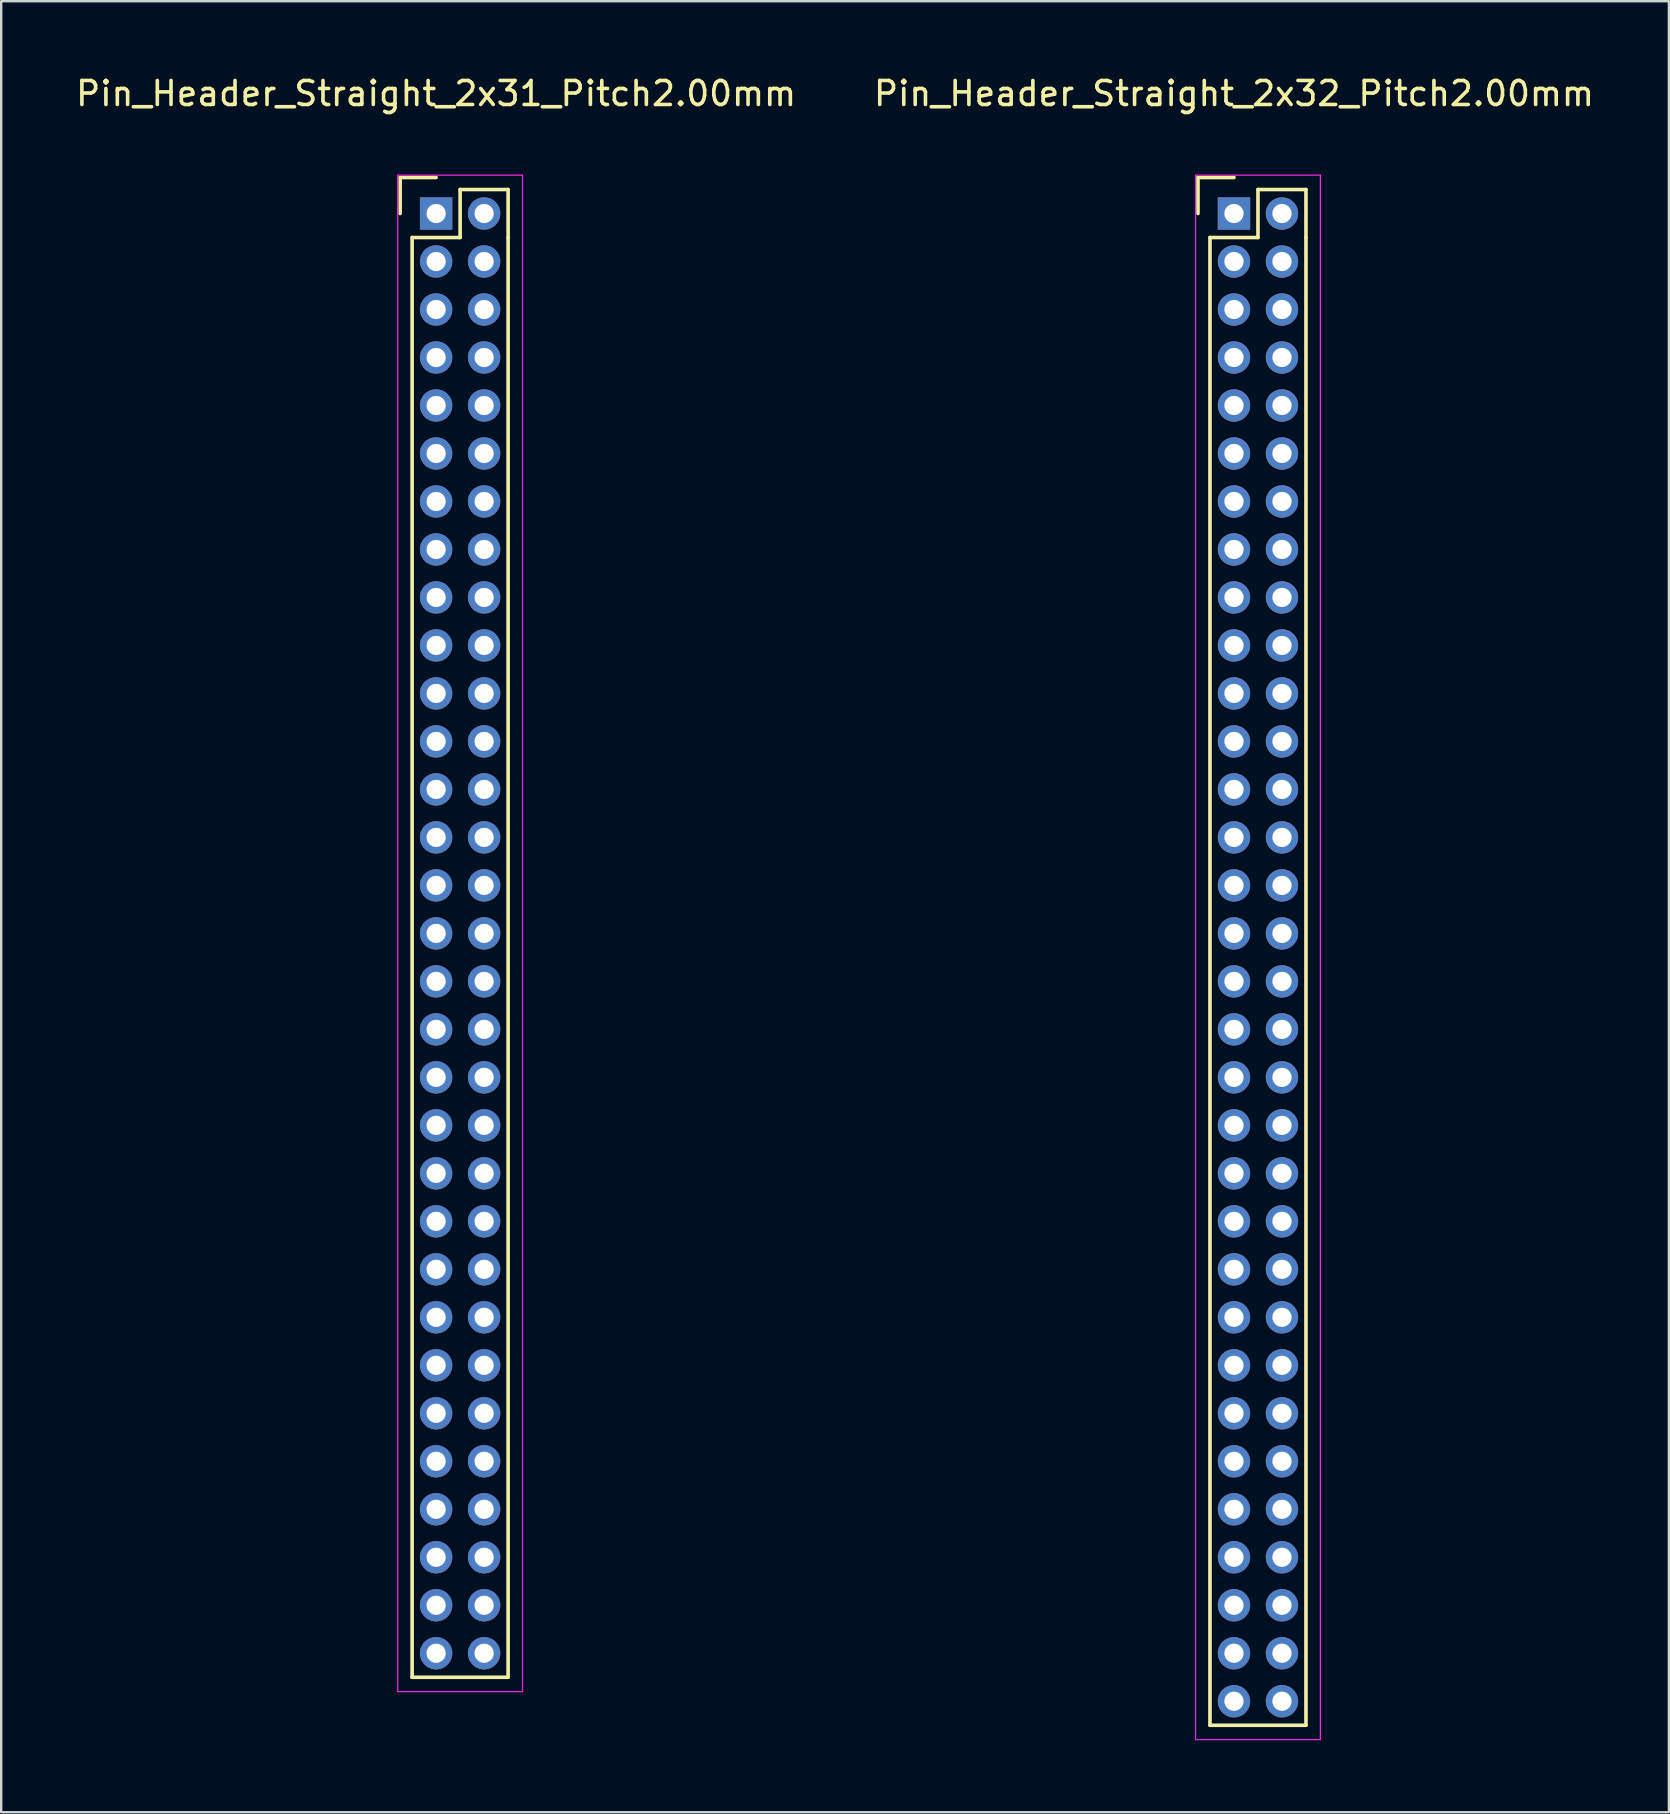
<source format=kicad_pcb>
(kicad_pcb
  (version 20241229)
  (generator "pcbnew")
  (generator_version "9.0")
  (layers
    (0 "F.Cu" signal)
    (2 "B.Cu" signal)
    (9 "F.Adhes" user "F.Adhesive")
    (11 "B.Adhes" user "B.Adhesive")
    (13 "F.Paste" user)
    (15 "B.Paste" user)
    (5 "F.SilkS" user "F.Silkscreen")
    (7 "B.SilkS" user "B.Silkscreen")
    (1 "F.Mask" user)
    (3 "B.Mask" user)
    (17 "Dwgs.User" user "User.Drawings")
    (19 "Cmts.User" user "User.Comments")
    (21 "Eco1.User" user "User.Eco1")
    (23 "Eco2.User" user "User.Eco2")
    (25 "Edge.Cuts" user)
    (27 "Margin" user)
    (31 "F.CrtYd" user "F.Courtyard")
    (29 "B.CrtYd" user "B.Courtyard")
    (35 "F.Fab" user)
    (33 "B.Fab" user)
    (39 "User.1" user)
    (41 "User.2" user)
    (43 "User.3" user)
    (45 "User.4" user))
  (footprint "Pin_Header_Straight_2x31_Pitch2.00mm"
    (layer "F.Cu")
    (at 15.125 5.848)
    (property "Reference" "Pin_Header_Straight_2x31_Pitch2.00mm" (at 0 -5 0) (layer "F.SilkS") (effects (font (size 1 1) (thickness 0.15))))
    (attr through_hole)
    (fp_line (start -1.5 -1.5) (end 0 -1.5) (stroke (width 0.15) (type solid)) (layer "F.SilkS"))
    (fp_line (start -1.5 0) (end -1.5 -1.5) (stroke (width 0.15) (type solid)) (layer "F.SilkS"))
    (fp_line (start -1 1) (end 1 1) (stroke (width 0.15) (type solid)) (layer "F.SilkS"))
    (fp_line (start -1 61) (end -1 1) (stroke (width 0.15) (type solid)) (layer "F.SilkS"))
    (fp_line (start 1 -1) (end 3 -1) (stroke (width 0.15) (type solid)) (layer "F.SilkS"))
    (fp_line (start 1 1) (end 1 -1) (stroke (width 0.15) (type solid)) (layer "F.SilkS"))
    (fp_line (start 3 -1) (end 3 1) (stroke (width 0.15) (type solid)) (layer "F.SilkS"))
    (fp_line (start 3 1) (end 3 61) (stroke (width 0.15) (type solid)) (layer "F.SilkS"))
    (fp_line (start 3 61) (end -1 61) (stroke (width 0.15) (type solid)) (layer "F.SilkS"))
    (fp_line (start -1.6 -1.6) (end 3.6 -1.6) (stroke (width 0.05) (type solid)) (layer "F.CrtYd"))
    (fp_line (start -1.6 61.6) (end -1.6 -1.6) (stroke (width 0.05) (type solid)) (layer "F.CrtYd"))
    (fp_line (start 3.6 -1.6) (end 3.6 61.6) (stroke (width 0.05) (type solid)) (layer "F.CrtYd"))
    (fp_line (start 3.6 61.6) (end -1.6 61.6) (stroke (width 0.05) (type solid)) (layer "F.CrtYd"))
    (pad "1" thru_hole rect (at 0 0) (size 1.35 1.35) (drill 0.8) (layers "*.Cu" "*.Mask"))
    (pad "2" thru_hole circle (at 2 0) (size 1.35 1.35) (drill 0.8) (layers "*.Cu" "*.Mask"))
    (pad "3" thru_hole circle (at 0 2) (size 1.35 1.35) (drill 0.8) (layers "*.Cu" "*.Mask"))
    (pad "4" thru_hole circle (at 2 2) (size 1.35 1.35) (drill 0.8) (layers "*.Cu" "*.Mask"))
    (pad "5" thru_hole circle (at 0 4) (size 1.35 1.35) (drill 0.8) (layers "*.Cu" "*.Mask"))
    (pad "6" thru_hole circle (at 2 4) (size 1.35 1.35) (drill 0.8) (layers "*.Cu" "*.Mask"))
    (pad "7" thru_hole circle (at 0 6) (size 1.35 1.35) (drill 0.8) (layers "*.Cu" "*.Mask"))
    (pad "8" thru_hole circle (at 2 6) (size 1.35 1.35) (drill 0.8) (layers "*.Cu" "*.Mask"))
    (pad "9" thru_hole circle (at 0 8) (size 1.35 1.35) (drill 0.8) (layers "*.Cu" "*.Mask"))
    (pad "10" thru_hole circle (at 2 8) (size 1.35 1.35) (drill 0.8) (layers "*.Cu" "*.Mask"))
    (pad "11" thru_hole circle (at 0 10) (size 1.35 1.35) (drill 0.8) (layers "*.Cu" "*.Mask"))
    (pad "12" thru_hole circle (at 2 10) (size 1.35 1.35) (drill 0.8) (layers "*.Cu" "*.Mask"))
    (pad "13" thru_hole circle (at 0 12) (size 1.35 1.35) (drill 0.8) (layers "*.Cu" "*.Mask"))
    (pad "14" thru_hole circle (at 2 12) (size 1.35 1.35) (drill 0.8) (layers "*.Cu" "*.Mask"))
    (pad "15" thru_hole circle (at 0 14) (size 1.35 1.35) (drill 0.8) (layers "*.Cu" "*.Mask"))
    (pad "16" thru_hole circle (at 2 14) (size 1.35 1.35) (drill 0.8) (layers "*.Cu" "*.Mask"))
    (pad "17" thru_hole circle (at 0 16) (size 1.35 1.35) (drill 0.8) (layers "*.Cu" "*.Mask"))
    (pad "18" thru_hole circle (at 2 16) (size 1.35 1.35) (drill 0.8) (layers "*.Cu" "*.Mask"))
    (pad "19" thru_hole circle (at 0 18) (size 1.35 1.35) (drill 0.8) (layers "*.Cu" "*.Mask"))
    (pad "20" thru_hole circle (at 2 18) (size 1.35 1.35) (drill 0.8) (layers "*.Cu" "*.Mask"))
    (pad "21" thru_hole circle (at 0 20) (size 1.35 1.35) (drill 0.8) (layers "*.Cu" "*.Mask"))
    (pad "22" thru_hole circle (at 2 20) (size 1.35 1.35) (drill 0.8) (layers "*.Cu" "*.Mask"))
    (pad "23" thru_hole circle (at 0 22) (size 1.35 1.35) (drill 0.8) (layers "*.Cu" "*.Mask"))
    (pad "24" thru_hole circle (at 2 22) (size 1.35 1.35) (drill 0.8) (layers "*.Cu" "*.Mask"))
    (pad "25" thru_hole circle (at 0 24) (size 1.35 1.35) (drill 0.8) (layers "*.Cu" "*.Mask"))
    (pad "26" thru_hole circle (at 2 24) (size 1.35 1.35) (drill 0.8) (layers "*.Cu" "*.Mask"))
    (pad "27" thru_hole circle (at 0 26) (size 1.35 1.35) (drill 0.8) (layers "*.Cu" "*.Mask"))
    (pad "28" thru_hole circle (at 2 26) (size 1.35 1.35) (drill 0.8) (layers "*.Cu" "*.Mask"))
    (pad "29" thru_hole circle (at 0 28) (size 1.35 1.35) (drill 0.8) (layers "*.Cu" "*.Mask"))
    (pad "30" thru_hole circle (at 2 28) (size 1.35 1.35) (drill 0.8) (layers "*.Cu" "*.Mask"))
    (pad "31" thru_hole circle (at 0 30) (size 1.35 1.35) (drill 0.8) (layers "*.Cu" "*.Mask"))
    (pad "32" thru_hole circle (at 2 30) (size 1.35 1.35) (drill 0.8) (layers "*.Cu" "*.Mask"))
    (pad "33" thru_hole circle (at 0 32) (size 1.35 1.35) (drill 0.8) (layers "*.Cu" "*.Mask"))
    (pad "34" thru_hole circle (at 2 32) (size 1.35 1.35) (drill 0.8) (layers "*.Cu" "*.Mask"))
    (pad "35" thru_hole circle (at 0 34) (size 1.35 1.35) (drill 0.8) (layers "*.Cu" "*.Mask"))
    (pad "36" thru_hole circle (at 2 34) (size 1.35 1.35) (drill 0.8) (layers "*.Cu" "*.Mask"))
    (pad "37" thru_hole circle (at 0 36) (size 1.35 1.35) (drill 0.8) (layers "*.Cu" "*.Mask"))
    (pad "38" thru_hole circle (at 2 36) (size 1.35 1.35) (drill 0.8) (layers "*.Cu" "*.Mask"))
    (pad "39" thru_hole circle (at 0 38) (size 1.35 1.35) (drill 0.8) (layers "*.Cu" "*.Mask"))
    (pad "40" thru_hole circle (at 2 38) (size 1.35 1.35) (drill 0.8) (layers "*.Cu" "*.Mask"))
    (pad "41" thru_hole circle (at 0 40) (size 1.35 1.35) (drill 0.8) (layers "*.Cu" "*.Mask"))
    (pad "42" thru_hole circle (at 2 40) (size 1.35 1.35) (drill 0.8) (layers "*.Cu" "*.Mask"))
    (pad "43" thru_hole circle (at 0 42) (size 1.35 1.35) (drill 0.8) (layers "*.Cu" "*.Mask"))
    (pad "44" thru_hole circle (at 2 42) (size 1.35 1.35) (drill 0.8) (layers "*.Cu" "*.Mask"))
    (pad "45" thru_hole circle (at 0 44) (size 1.35 1.35) (drill 0.8) (layers "*.Cu" "*.Mask"))
    (pad "46" thru_hole circle (at 2 44) (size 1.35 1.35) (drill 0.8) (layers "*.Cu" "*.Mask"))
    (pad "47" thru_hole circle (at 0 46) (size 1.35 1.35) (drill 0.8) (layers "*.Cu" "*.Mask"))
    (pad "48" thru_hole circle (at 2 46) (size 1.35 1.35) (drill 0.8) (layers "*.Cu" "*.Mask"))
    (pad "49" thru_hole circle (at 0 48) (size 1.35 1.35) (drill 0.8) (layers "*.Cu" "*.Mask"))
    (pad "50" thru_hole circle (at 2 48) (size 1.35 1.35) (drill 0.8) (layers "*.Cu" "*.Mask"))
    (pad "51" thru_hole circle (at 0 50) (size 1.35 1.35) (drill 0.8) (layers "*.Cu" "*.Mask"))
    (pad "52" thru_hole circle (at 2 50) (size 1.35 1.35) (drill 0.8) (layers "*.Cu" "*.Mask"))
    (pad "53" thru_hole circle (at 0 52) (size 1.35 1.35) (drill 0.8) (layers "*.Cu" "*.Mask"))
    (pad "54" thru_hole circle (at 2 52) (size 1.35 1.35) (drill 0.8) (layers "*.Cu" "*.Mask"))
    (pad "55" thru_hole circle (at 0 54) (size 1.35 1.35) (drill 0.8) (layers "*.Cu" "*.Mask"))
    (pad "56" thru_hole circle (at 2 54) (size 1.35 1.35) (drill 0.8) (layers "*.Cu" "*.Mask"))
    (pad "57" thru_hole circle (at 0 56) (size 1.35 1.35) (drill 0.8) (layers "*.Cu" "*.Mask"))
    (pad "58" thru_hole circle (at 2 56) (size 1.35 1.35) (drill 0.8) (layers "*.Cu" "*.Mask"))
    (pad "59" thru_hole circle (at 0 58) (size 1.35 1.35) (drill 0.8) (layers "*.Cu" "*.Mask"))
    (pad "60" thru_hole circle (at 2 58) (size 1.35 1.35) (drill 0.8) (layers "*.Cu" "*.Mask"))
    (pad "61" thru_hole circle (at 0 60) (size 1.35 1.35) (drill 0.8) (layers "*.Cu" "*.Mask"))
    (pad "62" thru_hole circle (at 2 60) (size 1.35 1.35) (drill 0.8) (layers "*.Cu" "*.Mask")))
  (footprint "Pin_Header_Straight_2x32_Pitch2.00mm"
    (layer "F.Cu")
    (at 48.375 5.848)
    (property "Reference" "Pin_Header_Straight_2x32_Pitch2.00mm" (at 0 -5 0) (layer "F.SilkS") (effects (font (size 1 1) (thickness 0.15))))
    (attr through_hole)
    (fp_line (start -1.5 -1.5) (end 0 -1.5) (stroke (width 0.15) (type solid)) (layer "F.SilkS"))
    (fp_line (start -1.5 0) (end -1.5 -1.5) (stroke (width 0.15) (type solid)) (layer "F.SilkS"))
    (fp_line (start -1 1) (end 1 1) (stroke (width 0.15) (type solid)) (layer "F.SilkS"))
    (fp_line (start -1 63) (end -1 1) (stroke (width 0.15) (type solid)) (layer "F.SilkS"))
    (fp_line (start 1 -1) (end 3 -1) (stroke (width 0.15) (type solid)) (layer "F.SilkS"))
    (fp_line (start 1 1) (end 1 -1) (stroke (width 0.15) (type solid)) (layer "F.SilkS"))
    (fp_line (start 3 -1) (end 3 1) (stroke (width 0.15) (type solid)) (layer "F.SilkS"))
    (fp_line (start 3 1) (end 3 63) (stroke (width 0.15) (type solid)) (layer "F.SilkS"))
    (fp_line (start 3 63) (end -1 63) (stroke (width 0.15) (type solid)) (layer "F.SilkS"))
    (fp_line (start -1.6 -1.6) (end 3.6 -1.6) (stroke (width 0.05) (type solid)) (layer "F.CrtYd"))
    (fp_line (start -1.6 63.6) (end -1.6 -1.6) (stroke (width 0.05) (type solid)) (layer "F.CrtYd"))
    (fp_line (start 3.6 -1.6) (end 3.6 63.6) (stroke (width 0.05) (type solid)) (layer "F.CrtYd"))
    (fp_line (start 3.6 63.6) (end -1.6 63.6) (stroke (width 0.05) (type solid)) (layer "F.CrtYd"))
    (pad "1" thru_hole rect (at 0 0) (size 1.35 1.35) (drill 0.8) (layers "*.Cu" "*.Mask"))
    (pad "2" thru_hole circle (at 2 0) (size 1.35 1.35) (drill 0.8) (layers "*.Cu" "*.Mask"))
    (pad "3" thru_hole circle (at 0 2) (size 1.35 1.35) (drill 0.8) (layers "*.Cu" "*.Mask"))
    (pad "4" thru_hole circle (at 2 2) (size 1.35 1.35) (drill 0.8) (layers "*.Cu" "*.Mask"))
    (pad "5" thru_hole circle (at 0 4) (size 1.35 1.35) (drill 0.8) (layers "*.Cu" "*.Mask"))
    (pad "6" thru_hole circle (at 2 4) (size 1.35 1.35) (drill 0.8) (layers "*.Cu" "*.Mask"))
    (pad "7" thru_hole circle (at 0 6) (size 1.35 1.35) (drill 0.8) (layers "*.Cu" "*.Mask"))
    (pad "8" thru_hole circle (at 2 6) (size 1.35 1.35) (drill 0.8) (layers "*.Cu" "*.Mask"))
    (pad "9" thru_hole circle (at 0 8) (size 1.35 1.35) (drill 0.8) (layers "*.Cu" "*.Mask"))
    (pad "10" thru_hole circle (at 2 8) (size 1.35 1.35) (drill 0.8) (layers "*.Cu" "*.Mask"))
    (pad "11" thru_hole circle (at 0 10) (size 1.35 1.35) (drill 0.8) (layers "*.Cu" "*.Mask"))
    (pad "12" thru_hole circle (at 2 10) (size 1.35 1.35) (drill 0.8) (layers "*.Cu" "*.Mask"))
    (pad "13" thru_hole circle (at 0 12) (size 1.35 1.35) (drill 0.8) (layers "*.Cu" "*.Mask"))
    (pad "14" thru_hole circle (at 2 12) (size 1.35 1.35) (drill 0.8) (layers "*.Cu" "*.Mask"))
    (pad "15" thru_hole circle (at 0 14) (size 1.35 1.35) (drill 0.8) (layers "*.Cu" "*.Mask"))
    (pad "16" thru_hole circle (at 2 14) (size 1.35 1.35) (drill 0.8) (layers "*.Cu" "*.Mask"))
    (pad "17" thru_hole circle (at 0 16) (size 1.35 1.35) (drill 0.8) (layers "*.Cu" "*.Mask"))
    (pad "18" thru_hole circle (at 2 16) (size 1.35 1.35) (drill 0.8) (layers "*.Cu" "*.Mask"))
    (pad "19" thru_hole circle (at 0 18) (size 1.35 1.35) (drill 0.8) (layers "*.Cu" "*.Mask"))
    (pad "20" thru_hole circle (at 2 18) (size 1.35 1.35) (drill 0.8) (layers "*.Cu" "*.Mask"))
    (pad "21" thru_hole circle (at 0 20) (size 1.35 1.35) (drill 0.8) (layers "*.Cu" "*.Mask"))
    (pad "22" thru_hole circle (at 2 20) (size 1.35 1.35) (drill 0.8) (layers "*.Cu" "*.Mask"))
    (pad "23" thru_hole circle (at 0 22) (size 1.35 1.35) (drill 0.8) (layers "*.Cu" "*.Mask"))
    (pad "24" thru_hole circle (at 2 22) (size 1.35 1.35) (drill 0.8) (layers "*.Cu" "*.Mask"))
    (pad "25" thru_hole circle (at 0 24) (size 1.35 1.35) (drill 0.8) (layers "*.Cu" "*.Mask"))
    (pad "26" thru_hole circle (at 2 24) (size 1.35 1.35) (drill 0.8) (layers "*.Cu" "*.Mask"))
    (pad "27" thru_hole circle (at 0 26) (size 1.35 1.35) (drill 0.8) (layers "*.Cu" "*.Mask"))
    (pad "28" thru_hole circle (at 2 26) (size 1.35 1.35) (drill 0.8) (layers "*.Cu" "*.Mask"))
    (pad "29" thru_hole circle (at 0 28) (size 1.35 1.35) (drill 0.8) (layers "*.Cu" "*.Mask"))
    (pad "30" thru_hole circle (at 2 28) (size 1.35 1.35) (drill 0.8) (layers "*.Cu" "*.Mask"))
    (pad "31" thru_hole circle (at 0 30) (size 1.35 1.35) (drill 0.8) (layers "*.Cu" "*.Mask"))
    (pad "32" thru_hole circle (at 2 30) (size 1.35 1.35) (drill 0.8) (layers "*.Cu" "*.Mask"))
    (pad "33" thru_hole circle (at 0 32) (size 1.35 1.35) (drill 0.8) (layers "*.Cu" "*.Mask"))
    (pad "34" thru_hole circle (at 2 32) (size 1.35 1.35) (drill 0.8) (layers "*.Cu" "*.Mask"))
    (pad "35" thru_hole circle (at 0 34) (size 1.35 1.35) (drill 0.8) (layers "*.Cu" "*.Mask"))
    (pad "36" thru_hole circle (at 2 34) (size 1.35 1.35) (drill 0.8) (layers "*.Cu" "*.Mask"))
    (pad "37" thru_hole circle (at 0 36) (size 1.35 1.35) (drill 0.8) (layers "*.Cu" "*.Mask"))
    (pad "38" thru_hole circle (at 2 36) (size 1.35 1.35) (drill 0.8) (layers "*.Cu" "*.Mask"))
    (pad "39" thru_hole circle (at 0 38) (size 1.35 1.35) (drill 0.8) (layers "*.Cu" "*.Mask"))
    (pad "40" thru_hole circle (at 2 38) (size 1.35 1.35) (drill 0.8) (layers "*.Cu" "*.Mask"))
    (pad "41" thru_hole circle (at 0 40) (size 1.35 1.35) (drill 0.8) (layers "*.Cu" "*.Mask"))
    (pad "42" thru_hole circle (at 2 40) (size 1.35 1.35) (drill 0.8) (layers "*.Cu" "*.Mask"))
    (pad "43" thru_hole circle (at 0 42) (size 1.35 1.35) (drill 0.8) (layers "*.Cu" "*.Mask"))
    (pad "44" thru_hole circle (at 2 42) (size 1.35 1.35) (drill 0.8) (layers "*.Cu" "*.Mask"))
    (pad "45" thru_hole circle (at 0 44) (size 1.35 1.35) (drill 0.8) (layers "*.Cu" "*.Mask"))
    (pad "46" thru_hole circle (at 2 44) (size 1.35 1.35) (drill 0.8) (layers "*.Cu" "*.Mask"))
    (pad "47" thru_hole circle (at 0 46) (size 1.35 1.35) (drill 0.8) (layers "*.Cu" "*.Mask"))
    (pad "48" thru_hole circle (at 2 46) (size 1.35 1.35) (drill 0.8) (layers "*.Cu" "*.Mask"))
    (pad "49" thru_hole circle (at 0 48) (size 1.35 1.35) (drill 0.8) (layers "*.Cu" "*.Mask"))
    (pad "50" thru_hole circle (at 2 48) (size 1.35 1.35) (drill 0.8) (layers "*.Cu" "*.Mask"))
    (pad "51" thru_hole circle (at 0 50) (size 1.35 1.35) (drill 0.8) (layers "*.Cu" "*.Mask"))
    (pad "52" thru_hole circle (at 2 50) (size 1.35 1.35) (drill 0.8) (layers "*.Cu" "*.Mask"))
    (pad "53" thru_hole circle (at 0 52) (size 1.35 1.35) (drill 0.8) (layers "*.Cu" "*.Mask"))
    (pad "54" thru_hole circle (at 2 52) (size 1.35 1.35) (drill 0.8) (layers "*.Cu" "*.Mask"))
    (pad "55" thru_hole circle (at 0 54) (size 1.35 1.35) (drill 0.8) (layers "*.Cu" "*.Mask"))
    (pad "56" thru_hole circle (at 2 54) (size 1.35 1.35) (drill 0.8) (layers "*.Cu" "*.Mask"))
    (pad "57" thru_hole circle (at 0 56) (size 1.35 1.35) (drill 0.8) (layers "*.Cu" "*.Mask"))
    (pad "58" thru_hole circle (at 2 56) (size 1.35 1.35) (drill 0.8) (layers "*.Cu" "*.Mask"))
    (pad "59" thru_hole circle (at 0 58) (size 1.35 1.35) (drill 0.8) (layers "*.Cu" "*.Mask"))
    (pad "60" thru_hole circle (at 2 58) (size 1.35 1.35) (drill 0.8) (layers "*.Cu" "*.Mask"))
    (pad "61" thru_hole circle (at 0 60) (size 1.35 1.35) (drill 0.8) (layers "*.Cu" "*.Mask"))
    (pad "62" thru_hole circle (at 2 60) (size 1.35 1.35) (drill 0.8) (layers "*.Cu" "*.Mask"))
    (pad "63" thru_hole circle (at 0 62) (size 1.35 1.35) (drill 0.8) (layers "*.Cu" "*.Mask"))
    (pad "64" thru_hole circle (at 2 62) (size 1.35 1.35) (drill 0.8) (layers "*.Cu" "*.Mask")))
  (gr_rect
    (start -3 -3)
    (end 66.5 72.473)
    (stroke (width 0.1) (type default))
    (fill no)
    (layer "Edge.Cuts")))
</source>
